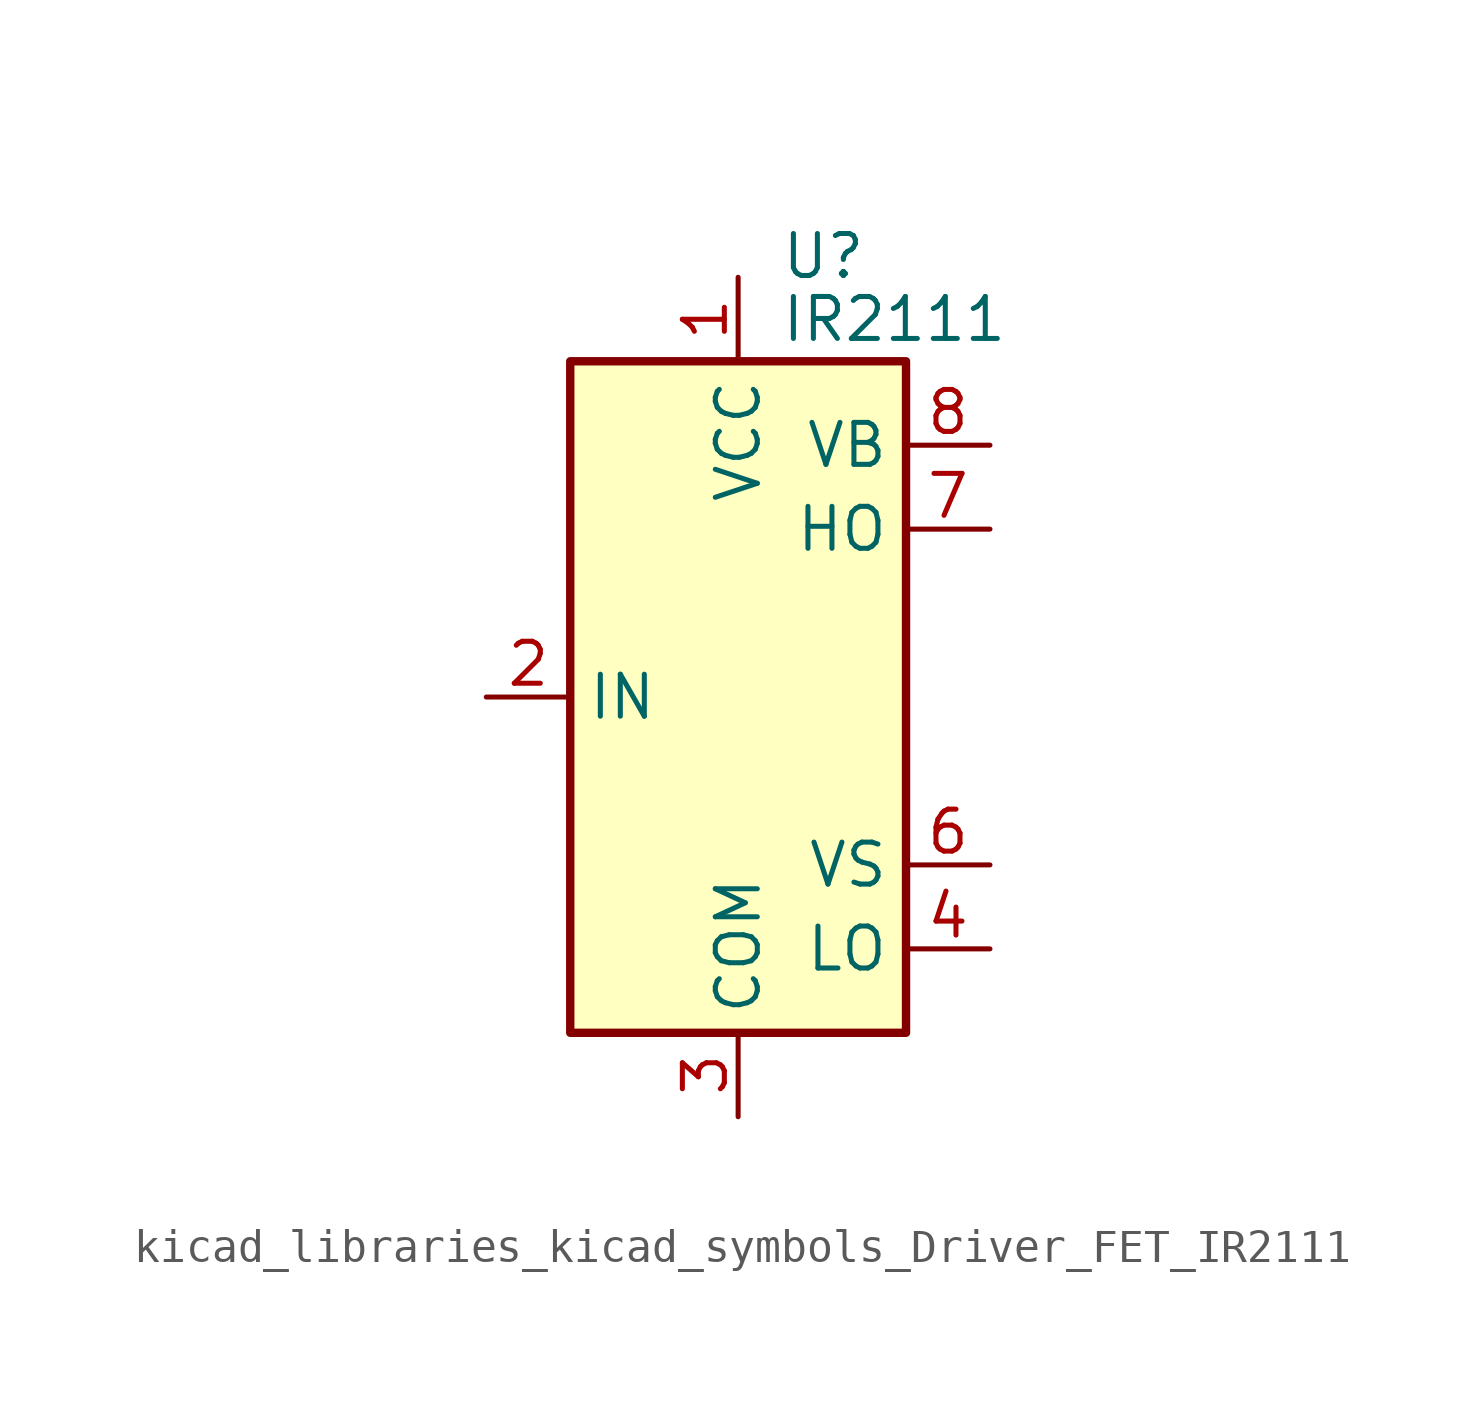
<source format=kicad_sym>
(kicad_symbol_lib
  (version 20220914)
  (generator kicad_symbol_editor)
  (symbol "kicad_libraries_kicad_symbols_Driver_FET_IR2111"
    (property "Reference" "U"
      (at 1.27 13.335 0)
      (effects (font (size 1.27 1.27)) (justify left)))
    (property "Value" "IR2111"
      (at 1.27 11.43 0)
      (effects (font (size 1.27 1.27)) (justify left)))
    (symbol "kicad_libraries_kicad_symbols_Driver_FET_IR2111_0_1"
      (rectangle (start -5.08 -10.16) (end 5.08 10.16) (stroke (width 0.254) (type default)) (fill (type background))))
    (symbol "kicad_libraries_kicad_symbols_Driver_FET_IR2111_1_1"
      (pin power_in line (at 0 12.7 270) (length 2.54) (name "VCC" (effects (font (size 1.27 1.27)))) (number "1" (effects (font (size 1.27 1.27)))))
      (pin input line (at -7.62 0 0) (length 2.54) (name "IN" (effects (font (size 1.27 1.27)))) (number "2" (effects (font (size 1.27 1.27)))))
      (pin power_in line (at 0 -12.7 90) (length 2.54) (name "COM" (effects (font (size 1.27 1.27)))) (number "3" (effects (font (size 1.27 1.27)))))
      (pin output line (at 7.62 -7.62 180) (length 2.54) (name "LO" (effects (font (size 1.27 1.27)))) (number "4" (effects (font (size 1.27 1.27)))))
      (pin no_connect line (at -5.08 7.62 0) (length 2.54) hide (name "NC" (effects (font (size 1.27 1.27)))) (number "5" (effects (font (size 1.27 1.27)))))
      (pin passive line (at 7.62 -5.08 180) (length 2.54) (name "VS" (effects (font (size 1.27 1.27)))) (number "6" (effects (font (size 1.27 1.27)))))
      (pin output line (at 7.62 5.08 180) (length 2.54) (name "HO" (effects (font (size 1.27 1.27)))) (number "7" (effects (font (size 1.27 1.27)))))
      (pin passive line (at 7.62 7.62 180) (length 2.54) (name "VB" (effects (font (size 1.27 1.27)))) (number "8" (effects (font (size 1.27 1.27))))))))
</source>
